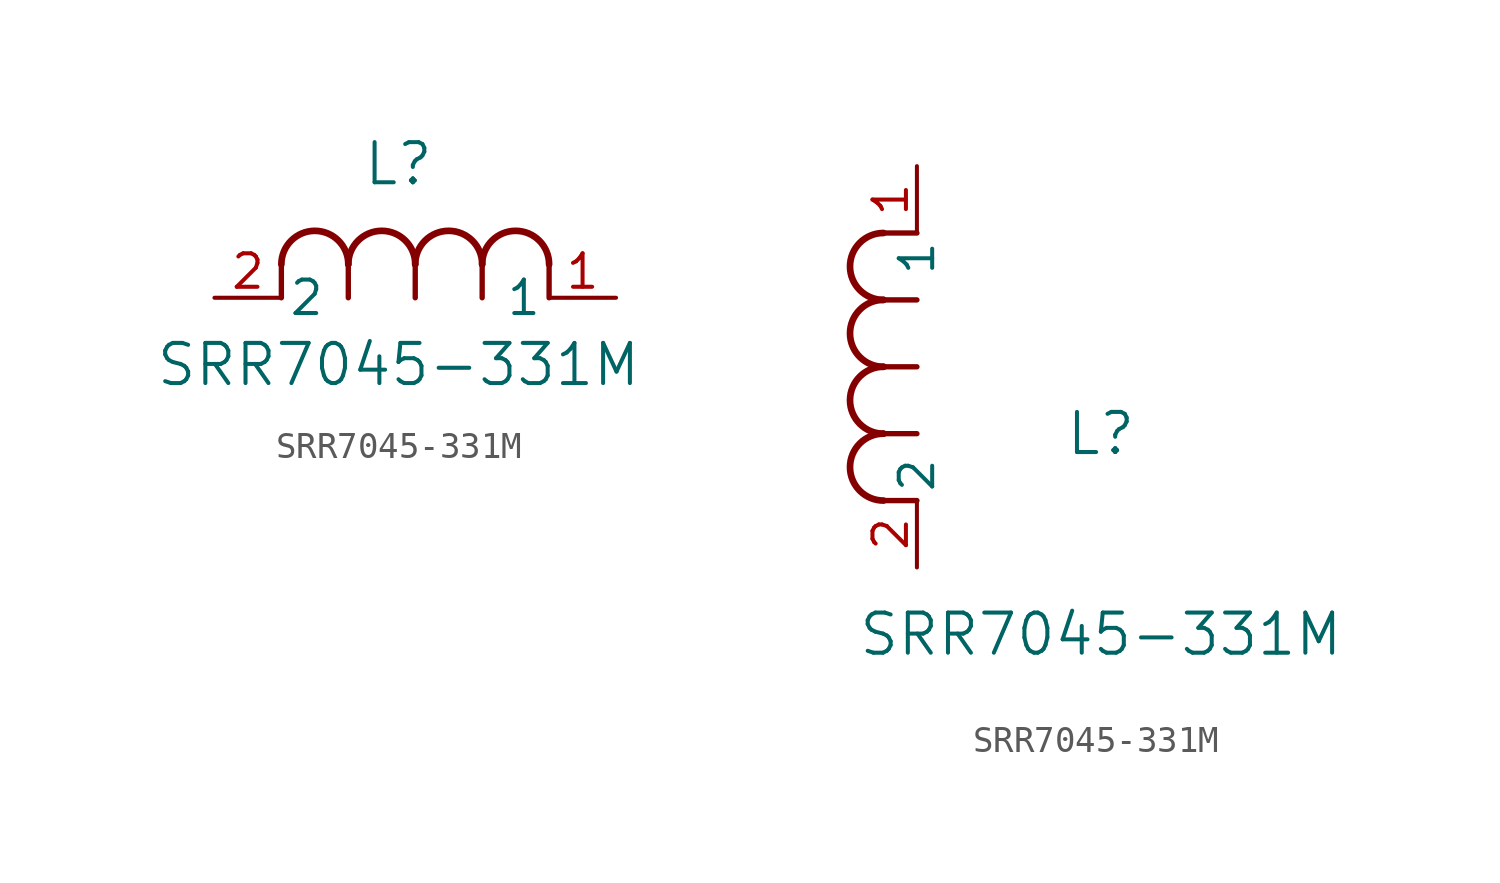
<source format=kicad_sym>
(kicad_symbol_lib
  (version 20211014)
  (generator kicad_symbol_editor)
  (symbol "SRR7045-331M"
    (pin_names
      (offset 0.254))
    (property "Reference" "L"
      (at 6.985 5.08 0)
      (effects (font (size 1.524 1.524))))
    (property "Value" "SRR7045-331M"
      (at 6.985 -2.54 0)
      (effects (font (size 1.524 1.524))))
    (symbol "SRR7045-331M_1_1"
      (arc (start 7.62 1.27) (mid 6.35 2.54) (end 5.08 1.27) (stroke (width 0.254) (type default) (color 0 0 0 0)) (fill (type none)))
      (polyline (pts (xy 5.08 0) (xy 5.08 1.27)) (stroke (width 0.203) (type default) (color 0 0 0 0)) (fill (type none)))
      (polyline (pts (xy 7.62 0) (xy 7.62 1.27)) (stroke (width 0.203) (type default) (color 0 0 0 0)) (fill (type none)))
      (polyline (pts (xy 12.7 0) (xy 12.7 1.27)) (stroke (width 0.203) (type default) (color 0 0 0 0)) (fill (type none)))
      (arc (start 5.08 1.27) (mid 3.81 2.54) (end 2.54 1.27) (stroke (width 0.254) (type default) (color 0 0 0 0)) (fill (type none)))
      (arc (start 10.16 1.27) (mid 8.89 2.54) (end 7.62 1.27) (stroke (width 0.254) (type default) (color 0 0 0 0)) (fill (type none)))
      (arc (start 12.7 1.27) (mid 11.43 2.54) (end 10.16 1.27) (stroke (width 0.254) (type default) (color 0 0 0 0)) (fill (type none)))
      (polyline (pts (xy 2.54 0) (xy 2.54 1.27)) (stroke (width 0.203) (type default) (color 0 0 0 0)) (fill (type none)))
      (polyline (pts (xy 10.16 0) (xy 10.16 1.27)) (stroke (width 0.203) (type default) (color 0 0 0 0)) (fill (type none)))
      (pin unspecified line (at 0 0 0) (length 2.54) (name "2" (effects (font (size 1.27 1.27)))) (number "2" (effects (font (size 1.27 1.27)))))
      (pin unspecified line (at 15.24 0 180) (length 2.54) (name "1" (effects (font (size 1.27 1.27)))) (number "1" (effects (font (size 1.27 1.27))))))
    (symbol "SRR7045-331M_1_2"
      (arc (start -1.27 7.62) (mid -2.54 6.35) (end -1.27 5.08) (stroke (width 0.254) (type default) (color 0 0 0 0)) (fill (type none)))
      (arc (start -1.27 5.08) (mid -2.54 3.81) (end -1.27 2.54) (stroke (width 0.254) (type default) (color 0 0 0 0)) (fill (type none)))
      (arc (start -1.27 12.7) (mid -2.54 11.43) (end -1.27 10.16) (stroke (width 0.254) (type default) (color 0 0 0 0)) (fill (type none)))
      (arc (start -1.27 10.16) (mid -2.54 8.89) (end -1.27 7.62) (stroke (width 0.254) (type default) (color 0 0 0 0)) (fill (type none)))
      (polyline (pts (xy 0 7.62) (xy -1.27 7.62)) (stroke (width 0.203) (type default) (color 0 0 0 0)) (fill (type none)))
      (polyline (pts (xy 0 5.08) (xy -1.27 5.08)) (stroke (width 0.203) (type default) (color 0 0 0 0)) (fill (type none)))
      (polyline (pts (xy 0 12.7) (xy -1.27 12.7)) (stroke (width 0.203) (type default) (color 0 0 0 0)) (fill (type none)))
      (polyline (pts (xy 0 2.54) (xy -1.27 2.54)) (stroke (width 0.203) (type default) (color 0 0 0 0)) (fill (type none)))
      (polyline (pts (xy 0 10.16) (xy -1.27 10.16)) (stroke (width 0.203) (type default) (color 0 0 0 0)) (fill (type none)))
      (pin unspecified line (at 0 0 90) (length 2.54) (name "2" (effects (font (size 1.27 1.27)))) (number "2" (effects (font (size 1.27 1.27)))))
      (pin unspecified line (at 0 15.24 270) (length 2.54) (name "1" (effects (font (size 1.27 1.27)))) (number "1" (effects (font (size 1.27 1.27))))))))
</source>
